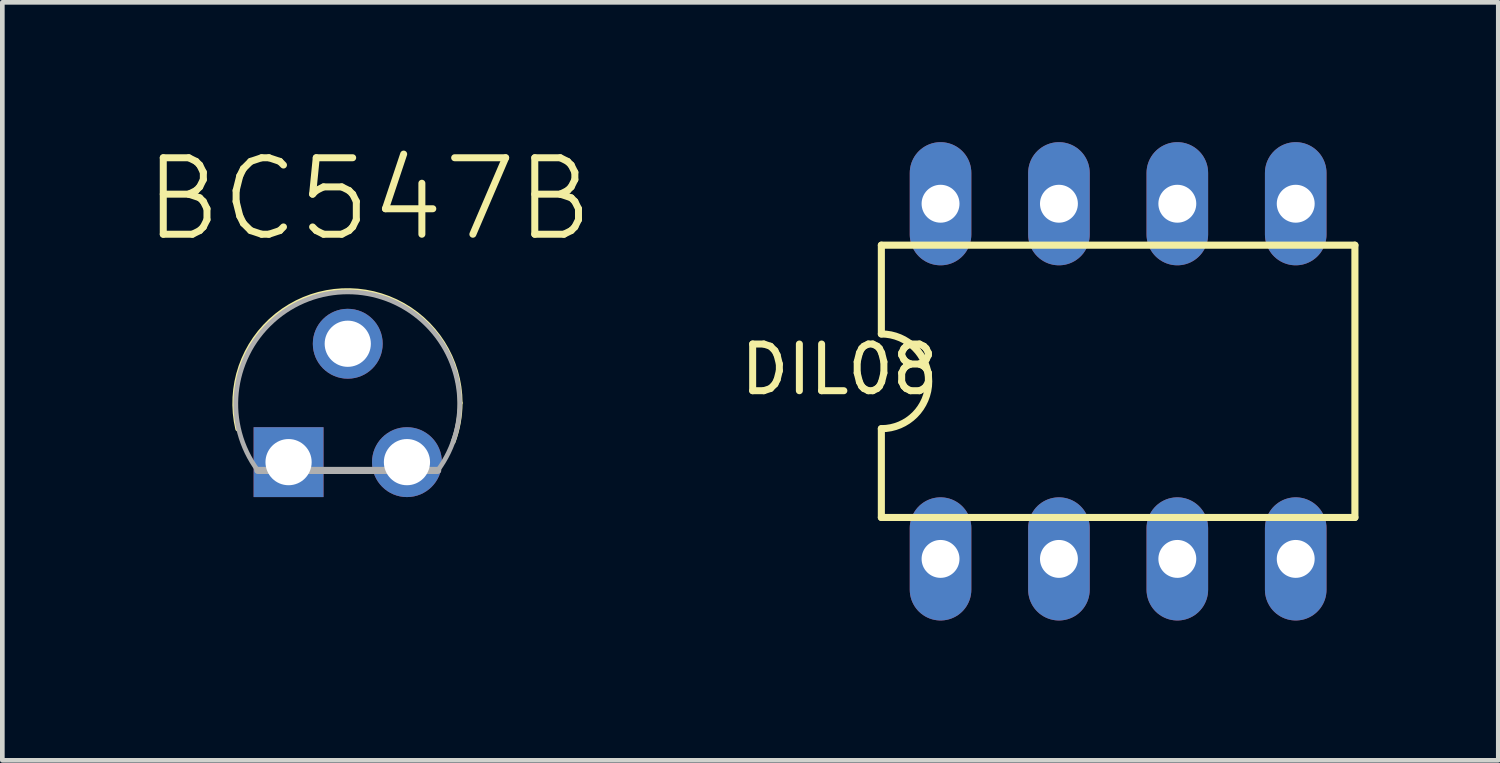
<source format=kicad_pcb>
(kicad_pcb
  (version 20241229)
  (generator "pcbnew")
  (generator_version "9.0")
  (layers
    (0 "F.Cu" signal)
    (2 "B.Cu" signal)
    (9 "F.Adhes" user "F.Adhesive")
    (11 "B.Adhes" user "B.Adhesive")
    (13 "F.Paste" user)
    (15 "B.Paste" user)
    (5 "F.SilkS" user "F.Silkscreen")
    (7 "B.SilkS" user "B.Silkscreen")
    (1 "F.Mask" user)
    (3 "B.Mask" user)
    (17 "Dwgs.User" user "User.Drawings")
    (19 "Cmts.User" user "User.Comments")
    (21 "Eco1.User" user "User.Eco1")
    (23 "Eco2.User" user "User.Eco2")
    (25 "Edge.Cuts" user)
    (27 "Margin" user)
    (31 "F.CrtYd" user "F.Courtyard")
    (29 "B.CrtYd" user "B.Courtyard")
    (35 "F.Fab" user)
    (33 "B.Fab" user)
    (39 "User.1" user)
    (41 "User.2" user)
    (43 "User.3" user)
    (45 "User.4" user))
  (footprint "DIL08"
    (layer "F.Cu")
    (at 20.939 5.131)
    (property "Reference" "DIL08" (at -5.98 -0.254 180) (layer "F.SilkS") (effects (font (size 1.002 1.002) (thickness 0.15))))
    (attr through_hole)
    (fp_line (start -5.08 -2.921) (end -5.08 -1.016) (stroke (width 0.152) (type solid)) (layer "F.SilkS"))
    (fp_line (start -5.08 2.921) (end -5.08 1.016) (stroke (width 0.152) (type solid)) (layer "F.SilkS"))
    (fp_line (start -5.08 2.921) (end 5.08 2.921) (stroke (width 0.152) (type solid)) (layer "F.SilkS"))
    (fp_line (start 5.08 -2.921) (end -5.08 -2.921) (stroke (width 0.152) (type solid)) (layer "F.SilkS"))
    (fp_line (start 5.08 -2.921) (end 5.08 2.921) (stroke (width 0.152) (type solid)) (layer "F.SilkS"))
    (fp_arc (start -5.08 -1.016) (mid -4.064 0) (end -5.08 1.016) (stroke (width 0.1524) (type solid)) (layer "F.SilkS"))
    (pad "1" thru_hole oval (at -3.81 3.81) (size 1.321 2.642) (drill 0.813) (layers "*.Cu" "*.Mask"))
    (pad "2" thru_hole oval (at -1.27 3.81) (size 1.321 2.642) (drill 0.813) (layers "*.Cu" "*.Mask"))
    (pad "3" thru_hole oval (at 1.27 3.81) (size 1.321 2.642) (drill 0.813) (layers "*.Cu" "*.Mask"))
    (pad "4" thru_hole oval (at 3.81 3.81) (size 1.321 2.642) (drill 0.813) (layers "*.Cu" "*.Mask"))
    (pad "5" thru_hole oval (at 3.81 -3.81) (size 1.321 2.642) (drill 0.813) (layers "*.Cu" "*.Mask"))
    (pad "6" thru_hole oval (at 1.27 -3.81) (size 1.321 2.642) (drill 0.813) (layers "*.Cu" "*.Mask"))
    (pad "7" thru_hole oval (at -1.27 -3.81) (size 1.321 2.642) (drill 0.813) (layers "*.Cu" "*.Mask"))
    (pad "8" thru_hole oval (at -3.81 -3.81) (size 1.321 2.642) (drill 0.813) (layers "*.Cu" "*.Mask")))
  (footprint "BC547B"
    (layer "F.Cu")
    (at 5.681 4.325)
    (property "Reference" "BC547B" (at -0.813 -3.101 0) (layer "F.SilkS") (effects (font (size 1.641 1.641) (thickness 0.15))))
    (attr through_hole)
    (fp_arc (start -3.632201 1.828799) (mid -1.557641 -1.125681) (end 1.143 1.27) (stroke (width 0.1) (type solid)) (layer "F.SilkS"))
    (fp_arc (start 1.143 1.27) (mid 1.103466 1.695767) (end 0.9906 2.1082) (stroke (width 0.1) (type solid)) (layer "F.SilkS"))
    (fp_line (start -3.2 2.718) (end 0.66 2.718) (stroke (width 0.152) (type solid)) (layer "F.Fab"))
    (fp_arc (start -3.2004 2.7178) (mid -1.27 -1.112044) (end 0.6604 2.7178) (stroke (width 0.1) (type solid)) (layer "F.Fab"))
    (pad "1" thru_hole rect (at -2.54 2.54) (size 1.499 1.499) (drill 0.991) (layers "*.Cu" "*.Mask"))
    (pad "2" thru_hole circle (at -1.27 0) (size 1.499 1.499) (drill 0.991) (layers "*.Cu" "*.Mask"))
    (pad "3" thru_hole circle (at 0 2.54) (size 1.499 1.499) (drill 0.991) (layers "*.Cu" "*.Mask")))
  (gr_rect
    (start -3 -3)
    (end 29.095 13.262)
    (stroke (width 0.1) (type default))
    (fill no)
    (layer "Edge.Cuts")))
</source>
